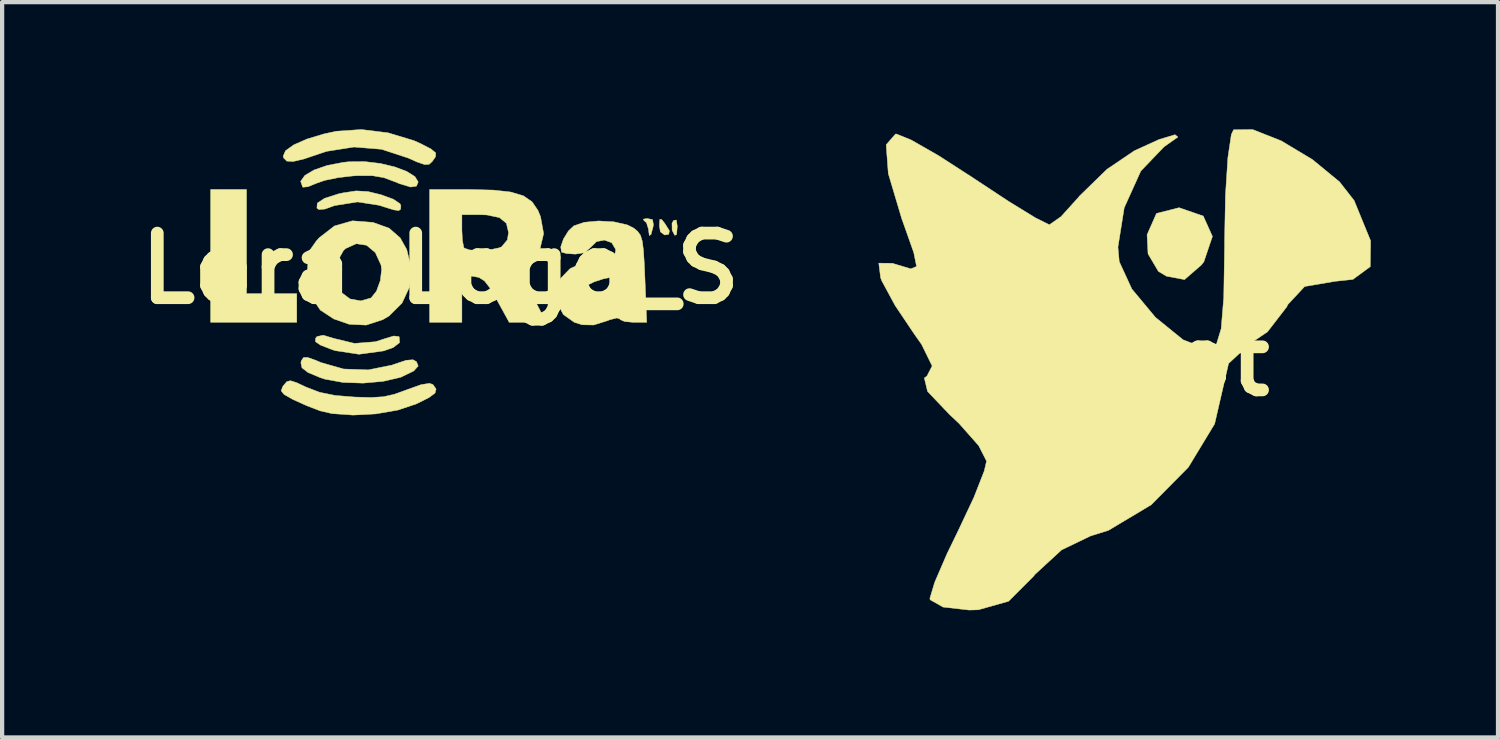
<source format=kicad_pcb>
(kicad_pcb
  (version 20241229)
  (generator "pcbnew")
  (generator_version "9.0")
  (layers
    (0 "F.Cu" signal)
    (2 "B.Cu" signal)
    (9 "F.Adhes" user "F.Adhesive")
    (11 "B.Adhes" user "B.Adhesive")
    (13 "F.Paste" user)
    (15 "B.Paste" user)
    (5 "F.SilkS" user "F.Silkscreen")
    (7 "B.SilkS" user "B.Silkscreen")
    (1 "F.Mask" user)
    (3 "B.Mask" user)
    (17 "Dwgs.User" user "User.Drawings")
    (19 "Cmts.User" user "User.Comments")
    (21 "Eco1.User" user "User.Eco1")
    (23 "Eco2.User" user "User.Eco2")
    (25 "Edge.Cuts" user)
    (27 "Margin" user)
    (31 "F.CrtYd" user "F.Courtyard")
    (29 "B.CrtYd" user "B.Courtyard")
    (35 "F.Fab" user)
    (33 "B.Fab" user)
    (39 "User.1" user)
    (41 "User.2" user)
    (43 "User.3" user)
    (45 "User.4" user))
  (footprint "Lora Logo_S"
    (layer "F.Cu")
    (at 7.337 3.283)
    (property "Reference" "Lora Logo_S" (at 0 0 0) (layer "F.SilkS") (effects (font (size 1.524 1.524) (thickness 0.3))))
    (attr through_hole)
    (fp_poly (pts (xy -4.572 0.593) (xy -3.387 0.593) (xy -3.387 1.27) (xy -5.419 1.27) (xy -5.419 -1.863) (xy -4.572 -1.863) (xy -4.572 0.593)) (stroke (width 0.01) (type solid)) (fill yes) (layer "F.SilkS"))
    (fp_poly (pts (xy 5.221 -1.154) (xy 5.294 -1.063) (xy 5.403 -0.889) (xy 5.387 -0.806) (xy 5.292 -0.79) (xy 5.19 -0.864) (xy 5.167 -1.009) (xy 5.177 -1.159) (xy 5.221 -1.154)) (stroke (width 0.01) (type solid)) (fill yes) (layer "F.SilkS"))
    (fp_poly (pts (xy 5.588 -0.998) (xy 5.588 -0.991) (xy 5.573 -0.803) (xy 5.53 -0.781) (xy 5.467 -0.903) (xy 5.464 -1.068) (xy 5.501 -1.132) (xy 5.566 -1.144) (xy 5.588 -0.998)) (stroke (width 0.01) (type solid)) (fill yes) (layer "F.SilkS"))
    (fp_poly (pts (xy 5.005 -1.153) (xy 5.026 -1.033) (xy 5.016 -0.974) (xy 4.968 -0.8) (xy 4.928 -0.778) (xy 4.911 -0.914) (xy 4.911 -0.924) (xy 4.862 -1.08) (xy 4.805 -1.129) (xy 4.788 -1.164) (xy 4.878 -1.179) (xy 5.005 -1.153)) (stroke (width 0.01) (type solid)) (fill yes) (layer "F.SilkS"))
    (fp_poly (pts (xy -2.515 1.649) (xy -2.026 1.767) (xy -1.532 1.728) (xy -1.311 1.656) (xy -1.098 1.592) (xy -0.977 1.606) (xy -0.971 1.614) (xy -0.961 1.748) (xy -1.112 1.865) (xy -1.337 1.944) (xy -1.919 2.023) (xy -2.484 1.937) (xy -2.567 1.909) (xy -2.827 1.807) (xy -2.945 1.727) (xy -2.945 1.649) (xy -2.909 1.605) (xy -2.762 1.574) (xy -2.515 1.649)) (stroke (width 0.01) (type solid)) (fill yes) (layer "F.SilkS"))
    (fp_poly (pts (xy -1.705 -1.814) (xy -1.399 -1.74) (xy -1.107 -1.633) (xy -0.951 -1.527) (xy -0.931 -1.479) (xy -0.938 -1.397) (xy -0.983 -1.365) (xy -1.103 -1.384) (xy -1.336 -1.456) (xy -1.439 -1.49) (xy -1.954 -1.57) (xy -2.495 -1.484) (xy -2.722 -1.402) (xy -2.864 -1.39) (xy -2.912 -1.424) (xy -2.902 -1.542) (xy -2.731 -1.655) (xy -2.406 -1.759) (xy -2.303 -1.782) (xy -1.986 -1.83) (xy -1.705 -1.814)) (stroke (width 0.01) (type solid)) (fill yes) (layer "F.SilkS"))
    (fp_poly (pts (xy -2.936 2.167) (xy -2.819 2.218) (xy -2.282 2.371) (xy -1.702 2.392) (xy -1.141 2.279) (xy -1.072 2.254) (xy -0.805 2.165) (xy -0.645 2.153) (xy -0.564 2.197) (xy -0.522 2.3) (xy -0.624 2.414) (xy -0.631 2.419) (xy -0.935 2.566) (xy -1.349 2.662) (xy -1.821 2.704) (xy -2.297 2.688) (xy -2.725 2.61) (xy -2.834 2.574) (xy -3.12 2.454) (xy -3.264 2.343) (xy -3.29 2.222) (xy -3.275 2.168) (xy -3.226 2.1) (xy -3.127 2.099) (xy -2.936 2.167)) (stroke (width 0.01) (type solid)) (fill yes) (layer "F.SilkS"))
    (fp_poly (pts (xy -1.415 -2.477) (xy -1.075 -2.396) (xy -0.794 -2.29) (xy -0.6 -2.168) (xy -0.522 -2.041) (xy -0.564 -1.942) (xy -0.701 -1.921) (xy -0.964 -2.001) (xy -1.057 -2.04) (xy -1.335 -2.143) (xy -1.608 -2.19) (xy -1.951 -2.19) (xy -2.067 -2.183) (xy -2.413 -2.143) (xy -2.728 -2.078) (xy -2.931 -2.007) (xy -3.121 -1.929) (xy -3.24 -1.917) (xy -3.249 -1.922) (xy -3.295 -2.056) (xy -3.197 -2.194) (xy -2.98 -2.323) (xy -2.668 -2.431) (xy -2.286 -2.504) (xy -2.153 -2.518) (xy -1.784 -2.521) (xy -1.415 -2.477)) (stroke (width 0.01) (type solid)) (fill yes) (layer "F.SilkS"))
    (fp_poly (pts (xy -1.232 -3.2) (xy -0.626 -3.017) (xy -0.462 -2.944) (xy -0.221 -2.819) (xy -0.111 -2.729) (xy -0.112 -2.639) (xy -0.191 -2.524) (xy -0.266 -2.457) (xy -0.37 -2.451) (xy -0.547 -2.511) (xy -0.756 -2.605) (xy -1.388 -2.812) (xy -2.042 -2.865) (xy -2.683 -2.763) (xy -2.836 -2.712) (xy -3.218 -2.583) (xy -3.472 -2.524) (xy -3.623 -2.533) (xy -3.696 -2.607) (xy -3.708 -2.648) (xy -3.653 -2.777) (xy -3.457 -2.917) (xy -3.147 -3.053) (xy -2.75 -3.173) (xy -2.452 -3.238) (xy -1.863 -3.278) (xy -1.232 -3.2)) (stroke (width 0.01) (type solid)) (fill yes) (layer "F.SilkS"))
    (fp_poly (pts (xy -3.391 2.693) (xy -3.167 2.798) (xy -2.85 2.92) (xy -2.481 2.995) (xy -2.028 3.032) (xy -1.634 3.043) (xy -1.342 3.025) (xy -1.084 2.967) (xy -0.793 2.862) (xy -0.783 2.858) (xy -0.456 2.741) (xy -0.256 2.709) (xy -0.174 2.738) (xy -0.1 2.844) (xy -0.126 2.94) (xy -0.271 3.047) (xy -0.556 3.189) (xy -0.572 3.196) (xy -1.006 3.341) (xy -1.524 3.43) (xy -2.061 3.458) (xy -2.554 3.423) (xy -2.836 3.358) (xy -3.149 3.238) (xy -3.464 3.096) (xy -3.494 3.081) (xy -3.689 2.969) (xy -3.755 2.885) (xy -3.719 2.787) (xy -3.697 2.757) (xy -3.622 2.669) (xy -3.536 2.647) (xy -3.391 2.693)) (stroke (width 0.01) (type solid)) (fill yes) (layer "F.SilkS"))
    (fp_poly (pts (xy -1.591 -1.087) (xy -1.589 -1.087) (xy -1.209 -0.95) (xy -0.947 -0.722) (xy -0.793 -0.447) (xy -0.684 -0.001) (xy -0.725 0.432) (xy -0.904 0.816) (xy -1.21 1.12) (xy -1.356 1.206) (xy -1.749 1.335) (xy -2.151 1.316) (xy -2.513 1.19) (xy -2.831 0.982) (xy -3.03 0.688) (xy -3.122 0.284) (xy -3.13 0.115) (xy -2.454 0.115) (xy -2.401 0.421) (xy -2.324 0.574) (xy -2.131 0.718) (xy -1.875 0.764) (xy -1.635 0.695) (xy -1.507 0.536) (xy -1.416 0.286) (xy -1.385 0.024) (xy -1.399 -0.081) (xy -1.534 -0.375) (xy -1.74 -0.548) (xy -1.984 -0.584) (xy -2.231 -0.473) (xy -2.286 -0.423) (xy -2.415 -0.19) (xy -2.454 0.115) (xy -3.13 0.115) (xy -3.133 0.045) (xy -3.119 -0.251) (xy -3.061 -0.455) (xy -2.93 -0.643) (xy -2.857 -0.725) (xy -2.498 -1.003) (xy -2.075 -1.124) (xy -1.591 -1.087)) (stroke (width 0.01) (type solid)) (fill yes) (layer "F.SilkS"))
    (fp_poly (pts (xy 0.699 -1.863) (xy 1.252 -1.849) (xy 1.664 -1.803) (xy 1.959 -1.714) (xy 2.164 -1.573) (xy 2.303 -1.369) (xy 2.363 -1.222) (xy 2.436 -0.823) (xy 2.354 -0.477) (xy 2.109 -0.163) (xy 2.106 -0.159) (xy 1.851 0.079) (xy 2.153 0.619) (xy 2.3 0.889) (xy 2.408 1.1) (xy 2.455 1.21) (xy 2.455 1.215) (xy 2.379 1.246) (xy 2.185 1.266) (xy 2.04 1.27) (xy 1.624 1.27) (xy 1.334 0.741) (xy 1.169 0.457) (xy 1.04 0.292) (xy 0.912 0.212) (xy 0.776 0.185) (xy 0.508 0.159) (xy 0.508 1.27) (xy -0.254 1.27) (xy -0.254 -1.27) (xy 0.508 -1.27) (xy 0.508 -0.903) (xy 0.52 -0.666) (xy 0.55 -0.506) (xy 0.564 -0.48) (xy 0.696 -0.436) (xy 0.925 -0.425) (xy 1.18 -0.443) (xy 1.393 -0.489) (xy 1.445 -0.511) (xy 1.581 -0.675) (xy 1.609 -0.847) (xy 1.558 -1.066) (xy 1.393 -1.201) (xy 1.096 -1.263) (xy 0.895 -1.27) (xy 0.508 -1.27) (xy -0.254 -1.27) (xy -0.254 -1.863) (xy 0.699 -1.863)) (stroke (width 0.01) (type solid)) (fill yes) (layer "F.SilkS"))
    (fp_poly (pts (xy 4.095 -1.1) (xy 4.408 -1.029) (xy 4.562 -0.952) (xy 4.655 -0.874) (xy 4.72 -0.784) (xy 4.762 -0.648) (xy 4.79 -0.435) (xy 4.811 -0.11) (xy 4.826 0.242) (xy 4.868 1.27) (xy 4.551 1.27) (xy 4.347 1.251) (xy 4.239 1.204) (xy 4.233 1.19) (xy 4.166 1.167) (xy 3.997 1.209) (xy 3.94 1.232) (xy 3.617 1.333) (xy 3.344 1.328) (xy 3.159 1.269) (xy 2.902 1.087) (xy 2.761 0.824) (xy 2.742 0.595) (xy 3.393 0.595) (xy 3.499 0.711) (xy 3.713 0.749) (xy 3.744 0.746) (xy 3.964 0.686) (xy 4.083 0.531) (xy 4.099 0.488) (xy 4.145 0.31) (xy 4.139 0.216) (xy 4.032 0.206) (xy 3.839 0.246) (xy 3.628 0.315) (xy 3.467 0.393) (xy 3.425 0.431) (xy 3.393 0.595) (xy 2.742 0.595) (xy 2.737 0.526) (xy 2.833 0.239) (xy 3.054 0.009) (xy 3.074 -0.004) (xy 3.33 -0.118) (xy 3.646 -0.205) (xy 3.751 -0.223) (xy 3.996 -0.265) (xy 4.111 -0.323) (xy 4.136 -0.42) (xy 4.132 -0.456) (xy 4.042 -0.608) (xy 3.87 -0.67) (xy 3.684 -0.634) (xy 3.559 -0.513) (xy 3.408 -0.374) (xy 3.186 -0.339) (xy 2.98 -0.352) (xy 2.86 -0.385) (xy 2.857 -0.388) (xy 2.84 -0.51) (xy 2.904 -0.696) (xy 3.021 -0.885) (xy 3.147 -1.005) (xy 3.396 -1.09) (xy 3.734 -1.121) (xy 4.095 -1.1)) (stroke (width 0.01) (type solid)) (fill yes) (layer "F.SilkS")))
  (footprint "parrot"
    (layer "F.Cu")
    (at 23.429 5.458)
    (property "Reference" "parrot" (at 0 0 0) (layer "F.SilkS") (effects (font (size 1.524 1.524) (thickness 0.3))))
    (attr through_hole)
    (fp_poly (pts (xy 1.904 -3.412) (xy 2.12 -2.932) (xy 1.918 -2.333) (xy 1.861 -2.26) (xy 1.462 -1.913) (xy 1.037 -1.993) (xy 0.846 -2.106) (xy 0.601 -2.52) (xy 0.578 -2.971) (xy 0.8 -3.474) (xy 1.333 -3.609) (xy 1.904 -3.412)) (stroke (width 0.01) (type solid)) (fill yes) (layer "F.SilkS"))
    (fp_poly (pts (xy 3.741 -5.187) (xy 4.479 -4.744) (xy 5.118 -4.219) (xy 5.463 -3.777) (xy 5.851 -2.829) (xy 5.843 -2.218) (xy 5.433 -1.917) (xy 5.01 -1.872) (xy 4.295 -1.75) (xy 3.899 -1.325) (xy 3.873 -1.27) (xy 3.418 -0.68) (xy 3.008 -0.404) (xy 2.501 0.066) (xy 2.406 0.478) (xy 2.172 1.491) (xy 1.552 2.514) (xy 0.675 3.4) (xy -0.334 4.003) (xy -0.754 4.134) (xy -1.439 4.464) (xy -2.066 5.041) (xy -2.106 5.092) (xy -2.689 5.675) (xy -3.402 5.876) (xy -3.617 5.882) (xy -4.233 5.812) (xy -4.538 5.64) (xy -4.545 5.606) (xy -4.432 5.229) (xy -4.14 4.553) (xy -3.877 4.011) (xy -3.505 3.221) (xy -3.262 2.6) (xy -3.208 2.368) (xy -3.394 2.004) (xy -3.86 1.477) (xy -4.077 1.274) (xy -4.6 0.725) (xy -4.676 0.408) (xy -4.615 0.364) (xy -4.491 0.124) (xy -4.741 -0.385) (xy -4.909 -0.623) (xy -5.365 -1.302) (xy -5.678 -1.881) (xy -5.707 -1.956) (xy -5.75 -2.301) (xy -5.43 -2.298) (xy -5.346 -2.272) (xy -4.995 -2.167) (xy -4.859 -2.223) (xy -4.925 -2.55) (xy -5.177 -3.263) (xy -5.206 -3.342) (xy -5.526 -4.415) (xy -5.576 -5.094) (xy -5.356 -5.346) (xy -5.333 -5.347) (xy -4.985 -5.206) (xy -4.337 -4.835) (xy -3.525 -4.311) (xy -3.476 -4.278) (xy -2.676 -3.751) (xy -2.053 -3.369) (xy -1.732 -3.209) (xy -1.724 -3.208) (xy -1.453 -3.397) (xy -1.039 -3.854) (xy -1.018 -3.882) (xy -0.369 -4.514) (xy 0.278 -4.952) (xy 0.862 -5.218) (xy 1.237 -5.331) (xy 1.306 -5.276) (xy 0.978 -5.045) (xy 0.431 -4.474) (xy 0.039 -3.607) (xy -0.109 -2.679) (xy -0.078 -2.336) (xy 0.219 -1.691) (xy 0.777 -1.021) (xy 1.429 -0.492) (xy 2.008 -0.268) (xy 2.026 -0.267) (xy 2.21 -0.375) (xy 2.326 -0.754) (xy 2.387 -1.49) (xy 2.406 -2.667) (xy 2.406 -2.792) (xy 2.427 -3.898) (xy 2.484 -4.788) (xy 2.566 -5.336) (xy 2.619 -5.447) (xy 3.067 -5.453) (xy 3.741 -5.187)) (stroke (width 0.01) (type solid)) (fill yes) (layer "F.SilkS")))
  (gr_rect
    (start -3 -3)
    (end 32.285 14.345)
    (stroke (width 0.1) (type default))
    (fill no)
    (layer "Edge.Cuts")))
</source>
